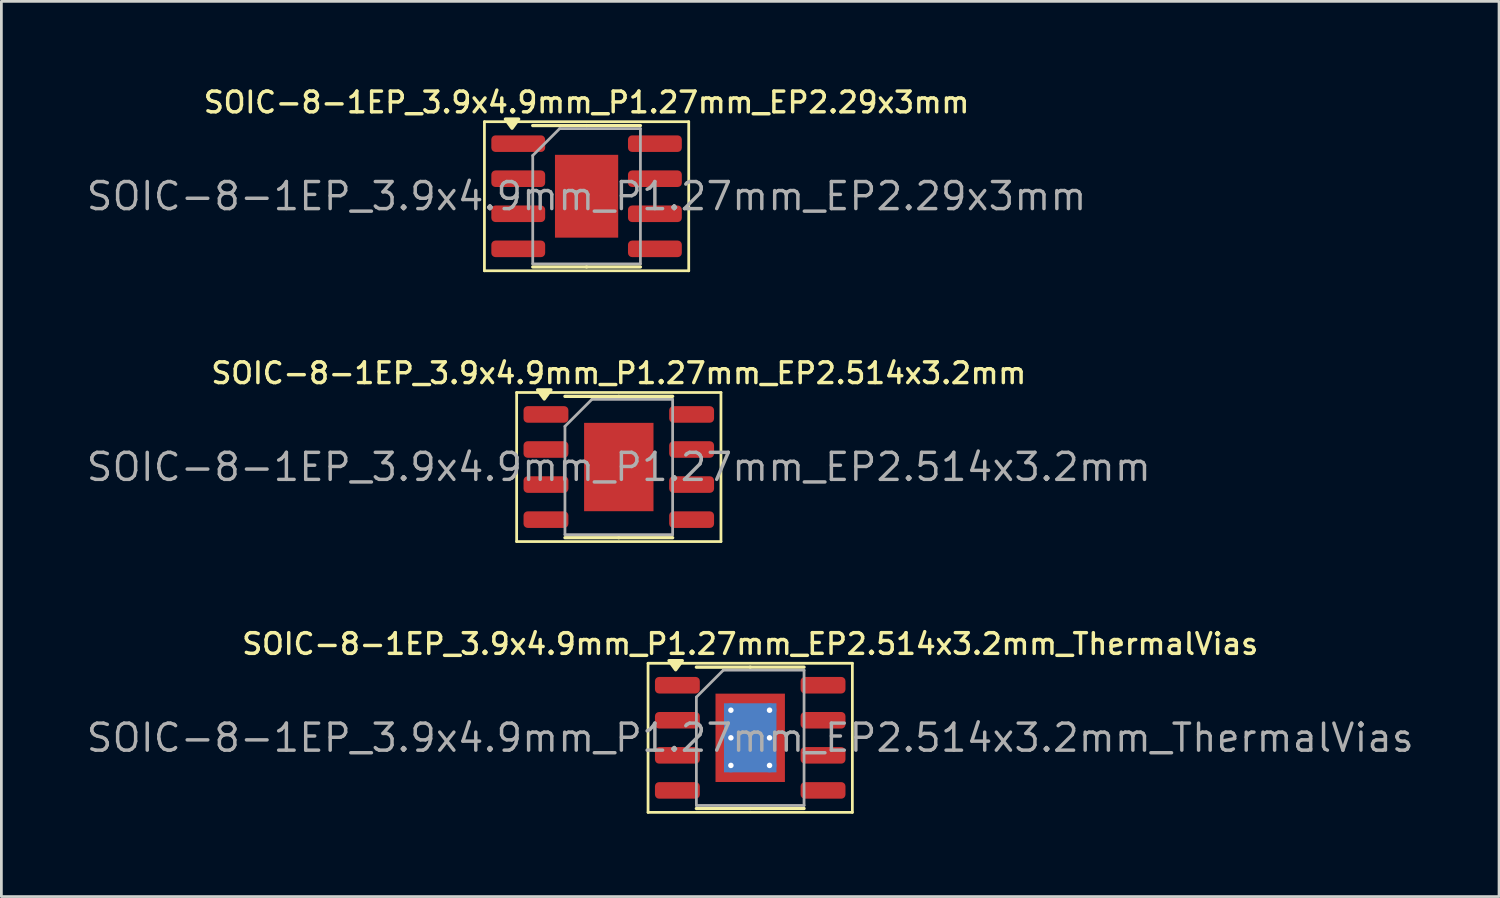
<source format=kicad_pcb>
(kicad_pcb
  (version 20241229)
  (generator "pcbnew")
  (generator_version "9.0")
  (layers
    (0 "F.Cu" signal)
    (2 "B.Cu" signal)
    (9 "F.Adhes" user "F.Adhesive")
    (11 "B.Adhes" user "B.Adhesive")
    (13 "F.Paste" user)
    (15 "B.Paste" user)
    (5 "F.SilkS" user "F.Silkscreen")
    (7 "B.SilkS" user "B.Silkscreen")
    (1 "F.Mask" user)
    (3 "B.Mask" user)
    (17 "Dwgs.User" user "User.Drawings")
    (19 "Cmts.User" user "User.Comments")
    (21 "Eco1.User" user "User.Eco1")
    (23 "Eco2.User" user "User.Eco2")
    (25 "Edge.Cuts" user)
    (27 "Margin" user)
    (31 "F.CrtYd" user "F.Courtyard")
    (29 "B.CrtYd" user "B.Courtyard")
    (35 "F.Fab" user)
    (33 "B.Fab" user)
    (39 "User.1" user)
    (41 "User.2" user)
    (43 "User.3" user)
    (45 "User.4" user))
  (footprint "SOIC-8-1EP_3.9x4.9mm_P1.27mm_EP2.514x3.2mm_ThermalVias"
    (layer "F.Cu")
    (at 24.123 23.674)
    (property "Reference" "SOIC-8-1EP_3.9x4.9mm_P1.27mm_EP2.514x3.2mm_ThermalVias" (at 0 -3.4 0) (layer "F.SilkS") (effects (font (size 0.75 0.75) (thickness 0.125))))
    (attr smd)
    (fp_line (start -3.7 -2.7) (end -3.7 2.7) (stroke (width 0.1) (type solid)) (layer "F.SilkS"))
    (fp_line (start -3.7 2.7) (end 3.7 2.7) (stroke (width 0.1) (type solid)) (layer "F.SilkS"))
    (fp_line (start 0 -2.56) (end -1.95 -2.56) (stroke (width 0.12) (type solid)) (layer "F.SilkS"))
    (fp_line (start 0 -2.56) (end 1.95 -2.56) (stroke (width 0.12) (type solid)) (layer "F.SilkS"))
    (fp_line (start 0 2.56) (end -1.95 2.56) (stroke (width 0.12) (type solid)) (layer "F.SilkS"))
    (fp_line (start 0 2.56) (end 1.95 2.56) (stroke (width 0.12) (type solid)) (layer "F.SilkS"))
    (fp_line (start 3.7 -2.7) (end -3.7 -2.7) (stroke (width 0.1) (type solid)) (layer "F.SilkS"))
    (fp_line (start 3.7 2.7) (end 3.7 -2.7) (stroke (width 0.1) (type solid)) (layer "F.SilkS"))
    (fp_poly (pts (xy -2.7 -2.465) (xy -2.94 -2.795) (xy -2.46 -2.795) (xy -2.7 -2.465)) (stroke (width 0.12) (type solid)) (fill yes) (layer "F.SilkS"))
    (fp_line (start -1.95 -1.475) (end -0.975 -2.45) (stroke (width 0.1) (type solid)) (layer "F.Fab"))
    (fp_line (start -1.95 2.45) (end -1.95 -1.475) (stroke (width 0.1) (type solid)) (layer "F.Fab"))
    (fp_line (start -0.975 -2.45) (end 1.95 -2.45) (stroke (width 0.1) (type solid)) (layer "F.Fab"))
    (fp_line (start 1.95 -2.45) (end 1.95 2.45) (stroke (width 0.1) (type solid)) (layer "F.Fab"))
    (fp_line (start 1.95 2.45) (end -1.95 2.45) (stroke (width 0.1) (type solid)) (layer "F.Fab"))
    (fp_text user "${REFERENCE}" (at 0 0 0) (layer "F.Fab") (effects (font (size 0.98 0.98) (thickness 0.125))))
    (pad "" smd roundrect (at -0.63 -0.8) (size 1.05 1.34) (layers "F.Paste") (roundrect_rratio 0.238))
    (pad "" smd roundrect (at -0.63 0.8) (size 1.05 1.34) (layers "F.Paste") (roundrect_rratio 0.238))
    (pad "" smd roundrect (at 0.63 -0.8) (size 1.05 1.34) (layers "F.Paste") (roundrect_rratio 0.238))
    (pad "" smd roundrect (at 0.63 0.8) (size 1.05 1.34) (layers "F.Paste") (roundrect_rratio 0.238))
    (pad "1" smd roundrect (at -2.638 -1.905) (size 1.625 0.6) (layers "F.Cu" "F.Mask" "F.Paste") (roundrect_rratio 0.25))
    (pad "2" smd roundrect (at -2.638 -0.635) (size 1.625 0.6) (layers "F.Cu" "F.Mask" "F.Paste") (roundrect_rratio 0.25))
    (pad "3" smd roundrect (at -2.638 0.635) (size 1.625 0.6) (layers "F.Cu" "F.Mask" "F.Paste") (roundrect_rratio 0.25))
    (pad "4" smd roundrect (at -2.638 1.905) (size 1.625 0.6) (layers "F.Cu" "F.Mask" "F.Paste") (roundrect_rratio 0.25))
    (pad "5" smd roundrect (at 2.638 1.905) (size 1.625 0.6) (layers "F.Cu" "F.Mask" "F.Paste") (roundrect_rratio 0.25))
    (pad "6" smd roundrect (at 2.638 0.635) (size 1.625 0.6) (layers "F.Cu" "F.Mask" "F.Paste") (roundrect_rratio 0.25))
    (pad "7" smd roundrect (at 2.638 -0.635) (size 1.625 0.6) (layers "F.Cu" "F.Mask" "F.Paste") (roundrect_rratio 0.25))
    (pad "8" smd roundrect (at 2.638 -1.905) (size 1.625 0.6) (layers "F.Cu" "F.Mask" "F.Paste") (roundrect_rratio 0.25))
    (pad "9" thru_hole circle (at -0.7 -1) (size 0.5 0.5) (drill 0.2) (property pad_prop_heatsink) (layers "*.Cu"))
    (pad "9" thru_hole circle (at -0.7 0) (size 0.5 0.5) (drill 0.2) (property pad_prop_heatsink) (layers "*.Cu"))
    (pad "9" thru_hole circle (at -0.7 1) (size 0.5 0.5) (drill 0.2) (property pad_prop_heatsink) (layers "*.Cu"))
    (pad "9" smd rect (at 0 0) (size 1.9 2.5) (property pad_prop_heatsink) (layers "B.Cu"))
    (pad "9" smd rect (at 0 0) (size 2.514 3.2) (property pad_prop_heatsink) (layers "F.Cu" "F.Mask"))
    (pad "9" thru_hole circle (at 0.7 -1) (size 0.5 0.5) (drill 0.2) (property pad_prop_heatsink) (layers "*.Cu"))
    (pad "9" thru_hole circle (at 0.7 0) (size 0.5 0.5) (drill 0.2) (property pad_prop_heatsink) (layers "*.Cu"))
    (pad "9" thru_hole circle (at 0.7 1) (size 0.5 0.5) (drill 0.2) (property pad_prop_heatsink) (layers "*.Cu")))
  (footprint "SOIC-8-1EP_3.9x4.9mm_P1.27mm_EP2.29x3mm"
    (layer "F.Cu")
    (at 18.196 4.058)
    (property "Reference" "SOIC-8-1EP_3.9x4.9mm_P1.27mm_EP2.29x3mm" (at 0 -3.4 0) (layer "F.SilkS") (effects (font (size 0.75 0.75) (thickness 0.125))))
    (attr smd)
    (fp_line (start -3.7 -2.7) (end -3.7 2.7) (stroke (width 0.1) (type solid)) (layer "F.SilkS"))
    (fp_line (start -3.7 2.7) (end 3.7 2.7) (stroke (width 0.1) (type solid)) (layer "F.SilkS"))
    (fp_line (start 0 -2.56) (end -1.95 -2.56) (stroke (width 0.12) (type solid)) (layer "F.SilkS"))
    (fp_line (start 0 -2.56) (end 1.95 -2.56) (stroke (width 0.12) (type solid)) (layer "F.SilkS"))
    (fp_line (start 0 2.56) (end -1.95 2.56) (stroke (width 0.12) (type solid)) (layer "F.SilkS"))
    (fp_line (start 0 2.56) (end 1.95 2.56) (stroke (width 0.12) (type solid)) (layer "F.SilkS"))
    (fp_line (start 3.7 -2.7) (end -3.7 -2.7) (stroke (width 0.1) (type solid)) (layer "F.SilkS"))
    (fp_line (start 3.7 2.7) (end 3.7 -2.7) (stroke (width 0.1) (type solid)) (layer "F.SilkS"))
    (fp_poly (pts (xy -2.7 -2.465) (xy -2.94 -2.795) (xy -2.46 -2.795) (xy -2.7 -2.465)) (stroke (width 0.12) (type solid)) (fill yes) (layer "F.SilkS"))
    (fp_line (start -1.95 -1.475) (end -0.975 -2.45) (stroke (width 0.1) (type solid)) (layer "F.Fab"))
    (fp_line (start -1.95 2.45) (end -1.95 -1.475) (stroke (width 0.1) (type solid)) (layer "F.Fab"))
    (fp_line (start -0.975 -2.45) (end 1.95 -2.45) (stroke (width 0.1) (type solid)) (layer "F.Fab"))
    (fp_line (start 1.95 -2.45) (end 1.95 2.45) (stroke (width 0.1) (type solid)) (layer "F.Fab"))
    (fp_line (start 1.95 2.45) (end -1.95 2.45) (stroke (width 0.1) (type solid)) (layer "F.Fab"))
    (fp_text user "${REFERENCE}" (at 0 0 0) (layer "F.Fab") (effects (font (size 0.98 0.98) (thickness 0.125))))
    (pad "" smd roundrect (at -0.57 -0.75) (size 0.92 1.21) (layers "F.Paste") (roundrect_rratio 0.25))
    (pad "" smd roundrect (at -0.57 0.75) (size 0.92 1.21) (layers "F.Paste") (roundrect_rratio 0.25))
    (pad "" smd roundrect (at 0.57 -0.75) (size 0.92 1.21) (layers "F.Paste") (roundrect_rratio 0.25))
    (pad "" smd roundrect (at 0.57 0.75) (size 0.92 1.21) (layers "F.Paste") (roundrect_rratio 0.25))
    (pad "1" smd roundrect (at -2.475 -1.905) (size 1.95 0.6) (layers "F.Cu" "F.Mask" "F.Paste") (roundrect_rratio 0.25))
    (pad "2" smd roundrect (at -2.475 -0.635) (size 1.95 0.6) (layers "F.Cu" "F.Mask" "F.Paste") (roundrect_rratio 0.25))
    (pad "3" smd roundrect (at -2.475 0.635) (size 1.95 0.6) (layers "F.Cu" "F.Mask" "F.Paste") (roundrect_rratio 0.25))
    (pad "4" smd roundrect (at -2.475 1.905) (size 1.95 0.6) (layers "F.Cu" "F.Mask" "F.Paste") (roundrect_rratio 0.25))
    (pad "5" smd roundrect (at 2.475 1.905) (size 1.95 0.6) (layers "F.Cu" "F.Mask" "F.Paste") (roundrect_rratio 0.25))
    (pad "6" smd roundrect (at 2.475 0.635) (size 1.95 0.6) (layers "F.Cu" "F.Mask" "F.Paste") (roundrect_rratio 0.25))
    (pad "7" smd roundrect (at 2.475 -0.635) (size 1.95 0.6) (layers "F.Cu" "F.Mask" "F.Paste") (roundrect_rratio 0.25))
    (pad "8" smd roundrect (at 2.475 -1.905) (size 1.95 0.6) (layers "F.Cu" "F.Mask" "F.Paste") (roundrect_rratio 0.25))
    (pad "9" smd rect (at 0 0) (size 2.29 3) (property pad_prop_heatsink) (layers "F.Cu" "F.Mask")))
  (footprint "SOIC-8-1EP_3.9x4.9mm_P1.27mm_EP2.514x3.2mm"
    (layer "F.Cu")
    (at 19.363 13.866)
    (property "Reference" "SOIC-8-1EP_3.9x4.9mm_P1.27mm_EP2.514x3.2mm" (at 0 -3.4 0) (layer "F.SilkS") (effects (font (size 0.75 0.75) (thickness 0.125))))
    (attr smd)
    (fp_line (start -3.7 -2.7) (end -3.7 2.7) (stroke (width 0.1) (type solid)) (layer "F.SilkS"))
    (fp_line (start -3.7 2.7) (end 3.7 2.7) (stroke (width 0.1) (type solid)) (layer "F.SilkS"))
    (fp_line (start 0 -2.56) (end -1.95 -2.56) (stroke (width 0.12) (type solid)) (layer "F.SilkS"))
    (fp_line (start 0 -2.56) (end 1.95 -2.56) (stroke (width 0.12) (type solid)) (layer "F.SilkS"))
    (fp_line (start 0 2.56) (end -1.95 2.56) (stroke (width 0.12) (type solid)) (layer "F.SilkS"))
    (fp_line (start 0 2.56) (end 1.95 2.56) (stroke (width 0.12) (type solid)) (layer "F.SilkS"))
    (fp_line (start 3.7 -2.7) (end -3.7 -2.7) (stroke (width 0.1) (type solid)) (layer "F.SilkS"))
    (fp_line (start 3.7 2.7) (end 3.7 -2.7) (stroke (width 0.1) (type solid)) (layer "F.SilkS"))
    (fp_poly (pts (xy -2.7 -2.465) (xy -2.94 -2.795) (xy -2.46 -2.795) (xy -2.7 -2.465)) (stroke (width 0.12) (type solid)) (fill yes) (layer "F.SilkS"))
    (fp_line (start -1.95 -1.475) (end -0.975 -2.45) (stroke (width 0.1) (type solid)) (layer "F.Fab"))
    (fp_line (start -1.95 2.45) (end -1.95 -1.475) (stroke (width 0.1) (type solid)) (layer "F.Fab"))
    (fp_line (start -0.975 -2.45) (end 1.95 -2.45) (stroke (width 0.1) (type solid)) (layer "F.Fab"))
    (fp_line (start 1.95 -2.45) (end 1.95 2.45) (stroke (width 0.1) (type solid)) (layer "F.Fab"))
    (fp_line (start 1.95 2.45) (end -1.95 2.45) (stroke (width 0.1) (type solid)) (layer "F.Fab"))
    (fp_text user "${REFERENCE}" (at 0 0 0) (layer "F.Fab") (effects (font (size 0.98 0.98) (thickness 0.125))))
    (pad "" smd roundrect (at -0.63 -0.8) (size 1.01 1.29) (layers "F.Paste") (roundrect_rratio 0.248))
    (pad "" smd roundrect (at -0.63 0.8) (size 1.01 1.29) (layers "F.Paste") (roundrect_rratio 0.248))
    (pad "" smd roundrect (at 0.63 -0.8) (size 1.01 1.29) (layers "F.Paste") (roundrect_rratio 0.248))
    (pad "" smd roundrect (at 0.63 0.8) (size 1.01 1.29) (layers "F.Paste") (roundrect_rratio 0.248))
    (pad "1" smd roundrect (at -2.638 -1.905) (size 1.625 0.6) (layers "F.Cu" "F.Mask" "F.Paste") (roundrect_rratio 0.25))
    (pad "2" smd roundrect (at -2.638 -0.635) (size 1.625 0.6) (layers "F.Cu" "F.Mask" "F.Paste") (roundrect_rratio 0.25))
    (pad "3" smd roundrect (at -2.638 0.635) (size 1.625 0.6) (layers "F.Cu" "F.Mask" "F.Paste") (roundrect_rratio 0.25))
    (pad "4" smd roundrect (at -2.638 1.905) (size 1.625 0.6) (layers "F.Cu" "F.Mask" "F.Paste") (roundrect_rratio 0.25))
    (pad "5" smd roundrect (at 2.638 1.905) (size 1.625 0.6) (layers "F.Cu" "F.Mask" "F.Paste") (roundrect_rratio 0.25))
    (pad "6" smd roundrect (at 2.638 0.635) (size 1.625 0.6) (layers "F.Cu" "F.Mask" "F.Paste") (roundrect_rratio 0.25))
    (pad "7" smd roundrect (at 2.638 -0.635) (size 1.625 0.6) (layers "F.Cu" "F.Mask" "F.Paste") (roundrect_rratio 0.25))
    (pad "8" smd roundrect (at 2.638 -1.905) (size 1.625 0.6) (layers "F.Cu" "F.Mask" "F.Paste") (roundrect_rratio 0.25))
    (pad "9" smd rect (at 0 0) (size 2.514 3.2) (property pad_prop_heatsink) (layers "F.Cu" "F.Mask")))
  (gr_rect
    (start -3 -3)
    (end 51.246 29.424)
    (stroke (width 0.1) (type default))
    (fill no)
    (layer "Edge.Cuts")))
</source>
